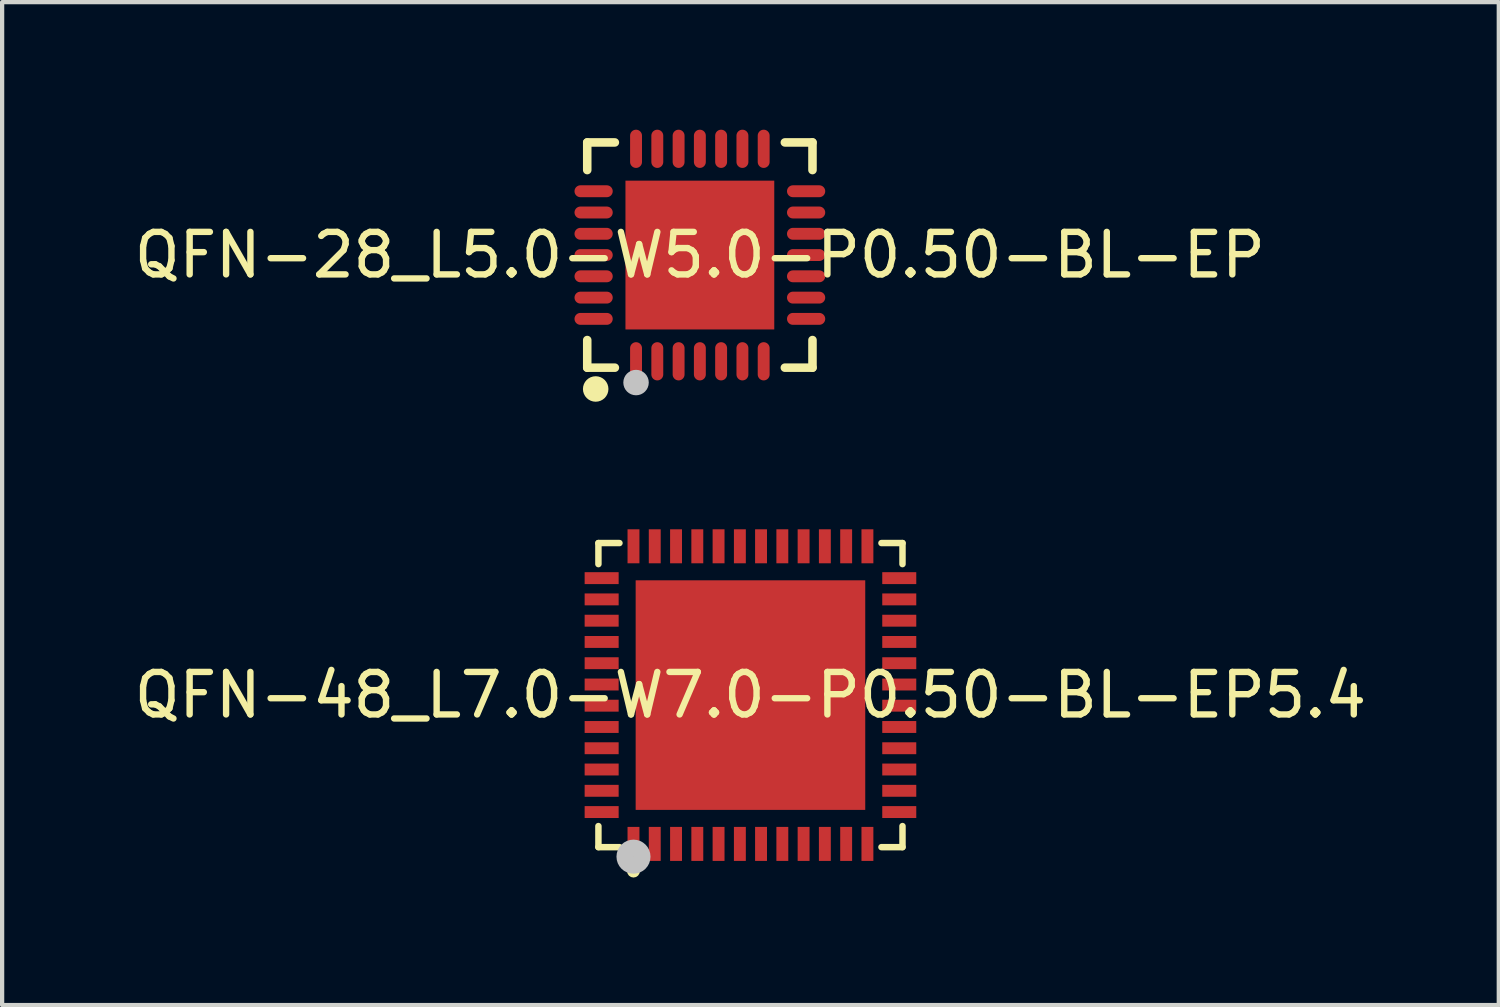
<source format=kicad_pcb>
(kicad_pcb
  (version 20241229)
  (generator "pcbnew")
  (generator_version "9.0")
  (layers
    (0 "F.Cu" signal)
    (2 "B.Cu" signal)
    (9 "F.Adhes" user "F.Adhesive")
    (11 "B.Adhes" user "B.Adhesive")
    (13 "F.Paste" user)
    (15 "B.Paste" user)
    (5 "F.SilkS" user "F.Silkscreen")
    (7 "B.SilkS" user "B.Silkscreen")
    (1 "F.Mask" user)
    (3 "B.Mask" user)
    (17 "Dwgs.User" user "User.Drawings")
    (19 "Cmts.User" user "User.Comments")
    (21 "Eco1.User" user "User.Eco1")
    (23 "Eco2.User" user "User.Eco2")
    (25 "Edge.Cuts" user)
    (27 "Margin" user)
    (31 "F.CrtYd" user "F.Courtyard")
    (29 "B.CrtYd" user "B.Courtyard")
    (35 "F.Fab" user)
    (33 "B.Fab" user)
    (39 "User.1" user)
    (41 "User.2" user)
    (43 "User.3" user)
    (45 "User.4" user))
  (footprint "QFN-28_L5.0-W5.0-P0.50-BL-EP"
    (layer "F.Cu")
    (at 13.411 2.949)
    (property "Reference" "QFN-28_L5.0-W5.0-P0.50-BL-EP" (at 0 0 0) (layer "F.SilkS") (effects (font (size 1 1) (thickness 0.15))))
    (fp_line (start -2.649 -2.649) (end -2.649 -1.999) (stroke (width 0.201) (type default)) (layer "F.SilkS"))
    (fp_line (start -2.649 2.649) (end -2.649 1.999) (stroke (width 0.201) (type default)) (layer "F.SilkS"))
    (fp_line (start -1.999 -2.649) (end -2.649 -2.649) (stroke (width 0.201) (type default)) (layer "F.SilkS"))
    (fp_line (start -1.999 2.649) (end -2.649 2.649) (stroke (width 0.201) (type default)) (layer "F.SilkS"))
    (fp_line (start 1.999 2.649) (end 2.649 2.649) (stroke (width 0.201) (type default)) (layer "F.SilkS"))
    (fp_line (start 2.649 -2.649) (end 1.999 -2.649) (stroke (width 0.201) (type default)) (layer "F.SilkS"))
    (fp_line (start 2.649 -1.999) (end 2.649 -2.649) (stroke (width 0.201) (type default)) (layer "F.SilkS"))
    (fp_line (start 2.649 2.649) (end 2.649 1.999) (stroke (width 0.201) (type default)) (layer "F.SilkS"))
    (fp_arc (start -2.449 3) (mid -2.44975 3.300003) (end -2.4515 3) (stroke (width 0.2995) (type default)) (layer "F.SilkS"))
    (fp_circle (center -1.501 2.999) (end -1.351 2.999) (stroke (width 0.299) (type default)) (fill no) (layer "Dwgs.User"))
    (fp_poly (pts (xy -2.1 -1.625) (xy -2.1 -1.377) (xy -2.499 -1.377) (xy -2.499 -1.625)) (stroke (width 0.1) (type default)) (fill no) (layer "User.1"))
    (fp_poly (pts (xy -2.1 -1.125) (xy -2.1 -0.876) (xy -2.499 -0.876) (xy -2.499 -1.125)) (stroke (width 0.1) (type default)) (fill no) (layer "User.1"))
    (fp_poly (pts (xy -2.1 -0.625) (xy -2.1 -0.376) (xy -2.499 -0.376) (xy -2.499 -0.625)) (stroke (width 0.1) (type default)) (fill no) (layer "User.1"))
    (fp_poly (pts (xy -2.1 -0.124) (xy -2.1 0.124) (xy -2.499 0.124) (xy -2.499 -0.124)) (stroke (width 0.1) (type default)) (fill no) (layer "User.1"))
    (fp_poly (pts (xy -2.1 0.376) (xy -2.1 0.625) (xy -2.499 0.625) (xy -2.499 0.376)) (stroke (width 0.1) (type default)) (fill no) (layer "User.1"))
    (fp_poly (pts (xy -2.1 0.876) (xy -2.1 1.125) (xy -2.499 1.125) (xy -2.499 0.876)) (stroke (width 0.1) (type default)) (fill no) (layer "User.1"))
    (fp_poly (pts (xy -2.1 1.377) (xy -2.1 1.625) (xy -2.499 1.625) (xy -2.499 1.377)) (stroke (width 0.1) (type default)) (fill no) (layer "User.1"))
    (fp_poly (pts (xy -1.75 1.75) (xy -1.75 -1.75) (xy 1.75 -1.75) (xy 1.75 1.75)) (stroke (width 0.1) (type default)) (fill no) (layer "User.1"))
    (fp_poly (pts (xy -1.377 -2.1) (xy -1.625 -2.1) (xy -1.625 -2.499) (xy -1.377 -2.499)) (stroke (width 0.1) (type default)) (fill no) (layer "User.1"))
    (fp_poly (pts (xy -1.377 2.499) (xy -1.625 2.499) (xy -1.625 2.1) (xy -1.377 2.1)) (stroke (width 0.1) (type default)) (fill no) (layer "User.1"))
    (fp_poly (pts (xy -0.876 -2.1) (xy -1.125 -2.1) (xy -1.125 -2.499) (xy -0.876 -2.499)) (stroke (width 0.1) (type default)) (fill no) (layer "User.1"))
    (fp_poly (pts (xy -0.876 2.499) (xy -1.125 2.499) (xy -1.125 2.1) (xy -0.876 2.1)) (stroke (width 0.1) (type default)) (fill no) (layer "User.1"))
    (fp_poly (pts (xy -0.376 -2.1) (xy -0.625 -2.1) (xy -0.625 -2.499) (xy -0.376 -2.499)) (stroke (width 0.1) (type default)) (fill no) (layer "User.1"))
    (fp_poly (pts (xy -0.376 2.499) (xy -0.625 2.499) (xy -0.625 2.1) (xy -0.376 2.1)) (stroke (width 0.1) (type default)) (fill no) (layer "User.1"))
    (fp_poly (pts (xy 0.124 -2.1) (xy -0.124 -2.1) (xy -0.124 -2.499) (xy 0.124 -2.499)) (stroke (width 0.1) (type default)) (fill no) (layer "User.1"))
    (fp_poly (pts (xy 0.124 2.499) (xy -0.124 2.499) (xy -0.124 2.1) (xy 0.124 2.1)) (stroke (width 0.1) (type default)) (fill no) (layer "User.1"))
    (fp_poly (pts (xy 0.625 -2.1) (xy 0.376 -2.1) (xy 0.376 -2.499) (xy 0.625 -2.499)) (stroke (width 0.1) (type default)) (fill no) (layer "User.1"))
    (fp_poly (pts (xy 0.625 2.499) (xy 0.376 2.499) (xy 0.376 2.1) (xy 0.625 2.1)) (stroke (width 0.1) (type default)) (fill no) (layer "User.1"))
    (fp_poly (pts (xy 1.125 -2.1) (xy 0.876 -2.1) (xy 0.876 -2.499) (xy 1.125 -2.499)) (stroke (width 0.1) (type default)) (fill no) (layer "User.1"))
    (fp_poly (pts (xy 1.125 2.499) (xy 0.876 2.499) (xy 0.876 2.1) (xy 1.125 2.1)) (stroke (width 0.1) (type default)) (fill no) (layer "User.1"))
    (fp_poly (pts (xy 1.625 -2.1) (xy 1.377 -2.1) (xy 1.377 -2.499) (xy 1.625 -2.499)) (stroke (width 0.1) (type default)) (fill no) (layer "User.1"))
    (fp_poly (pts (xy 1.625 2.499) (xy 1.377 2.499) (xy 1.377 2.1) (xy 1.625 2.1)) (stroke (width 0.1) (type default)) (fill no) (layer "User.1"))
    (fp_poly (pts (xy 2.499 -1.625) (xy 2.499 -1.377) (xy 2.1 -1.377) (xy 2.1 -1.625)) (stroke (width 0.1) (type default)) (fill no) (layer "User.1"))
    (fp_poly (pts (xy 2.499 -1.125) (xy 2.499 -0.876) (xy 2.1 -0.876) (xy 2.1 -1.125)) (stroke (width 0.1) (type default)) (fill no) (layer "User.1"))
    (fp_poly (pts (xy 2.499 -0.625) (xy 2.499 -0.376) (xy 2.1 -0.376) (xy 2.1 -0.625)) (stroke (width 0.1) (type default)) (fill no) (layer "User.1"))
    (fp_poly (pts (xy 2.499 -0.124) (xy 2.499 0.124) (xy 2.1 0.124) (xy 2.1 -0.124)) (stroke (width 0.1) (type default)) (fill no) (layer "User.1"))
    (fp_poly (pts (xy 2.499 0.376) (xy 2.499 0.625) (xy 2.1 0.625) (xy 2.1 0.376)) (stroke (width 0.1) (type default)) (fill no) (layer "User.1"))
    (fp_poly (pts (xy 2.499 0.876) (xy 2.499 1.125) (xy 2.1 1.125) (xy 2.1 0.876)) (stroke (width 0.1) (type default)) (fill no) (layer "User.1"))
    (fp_poly (pts (xy 2.499 1.377) (xy 2.499 1.625) (xy 2.1 1.625) (xy 2.1 1.377)) (stroke (width 0.1) (type default)) (fill no) (layer "User.1"))
    (fp_line (start -2.499 -2.499) (end 2.499 -2.499) (stroke (width 0.051) (type default)) (layer "User.2"))
    (fp_line (start -2.499 2.499) (end -2.499 -2.499) (stroke (width 0.051) (type default)) (layer "User.2"))
    (fp_line (start 2.499 -2.499) (end 2.499 2.499) (stroke (width 0.051) (type default)) (layer "User.2"))
    (fp_line (start 2.499 2.499) (end -2.499 2.499) (stroke (width 0.051) (type default)) (layer "User.2"))
    (fp_poly (pts (xy -2.443 2.476) (xy -2.476 2.443) (xy -2.523 2.443) (xy -2.556 2.476) (xy -2.556 2.523) (xy -2.523 2.556) (xy -2.476 2.556) (xy -2.443 2.523)) (stroke (width 0.1) (type default)) (fill no) (layer "User.3"))
    (pad "1" smd oval (at -1.501 2.499 180) (size 0.28 0.899) (layers "F.Cu" "F.Mask" "F.Paste"))
    (pad "2" smd oval (at -1.001 2.499 180) (size 0.28 0.899) (layers "F.Cu" "F.Mask" "F.Paste"))
    (pad "3" smd oval (at -0.5 2.499 180) (size 0.28 0.899) (layers "F.Cu" "F.Mask" "F.Paste"))
    (pad "4" smd oval (at 0 2.499 180) (size 0.28 0.899) (layers "F.Cu" "F.Mask" "F.Paste"))
    (pad "5" smd oval (at 0.5 2.499 180) (size 0.28 0.899) (layers "F.Cu" "F.Mask" "F.Paste"))
    (pad "6" smd oval (at 1.001 2.499 180) (size 0.28 0.899) (layers "F.Cu" "F.Mask" "F.Paste"))
    (pad "7" smd oval (at 1.501 2.499 180) (size 0.28 0.899) (layers "F.Cu" "F.Mask" "F.Paste"))
    (pad "8" smd oval (at 2.499 1.501 90) (size 0.28 0.899) (layers "F.Cu" "F.Mask" "F.Paste"))
    (pad "9" smd oval (at 2.499 1.001 90) (size 0.28 0.899) (layers "F.Cu" "F.Mask" "F.Paste"))
    (pad "10" smd oval (at 2.499 0.5 90) (size 0.28 0.899) (layers "F.Cu" "F.Mask" "F.Paste"))
    (pad "11" smd oval (at 2.499 0 90) (size 0.28 0.899) (layers "F.Cu" "F.Mask" "F.Paste"))
    (pad "12" smd oval (at 2.499 -0.5 90) (size 0.28 0.899) (layers "F.Cu" "F.Mask" "F.Paste"))
    (pad "13" smd oval (at 2.499 -1.001 90) (size 0.28 0.899) (layers "F.Cu" "F.Mask" "F.Paste"))
    (pad "14" smd oval (at 2.499 -1.501 90) (size 0.28 0.899) (layers "F.Cu" "F.Mask" "F.Paste"))
    (pad "15" smd oval (at 1.501 -2.499 180) (size 0.28 0.899) (layers "F.Cu" "F.Mask" "F.Paste"))
    (pad "16" smd oval (at 1.001 -2.499 180) (size 0.28 0.899) (layers "F.Cu" "F.Mask" "F.Paste"))
    (pad "17" smd oval (at 0.5 -2.499 180) (size 0.28 0.899) (layers "F.Cu" "F.Mask" "F.Paste"))
    (pad "18" smd oval (at 0 -2.499 180) (size 0.28 0.899) (layers "F.Cu" "F.Mask" "F.Paste"))
    (pad "19" smd oval (at -0.5 -2.499 180) (size 0.28 0.899) (layers "F.Cu" "F.Mask" "F.Paste"))
    (pad "20" smd oval (at -1.001 -2.499 180) (size 0.28 0.899) (layers "F.Cu" "F.Mask" "F.Paste"))
    (pad "21" smd oval (at -1.501 -2.499 180) (size 0.28 0.899) (layers "F.Cu" "F.Mask" "F.Paste"))
    (pad "22" smd oval (at -2.499 -1.501 90) (size 0.28 0.899) (layers "F.Cu" "F.Mask" "F.Paste"))
    (pad "23" smd oval (at -2.499 -1.001 90) (size 0.28 0.899) (layers "F.Cu" "F.Mask" "F.Paste"))
    (pad "24" smd oval (at -2.499 -0.5 90) (size 0.28 0.899) (layers "F.Cu" "F.Mask" "F.Paste"))
    (pad "25" smd oval (at -2.499 0 90) (size 0.28 0.899) (layers "F.Cu" "F.Mask" "F.Paste"))
    (pad "26" smd oval (at -2.499 0.5 90) (size 0.28 0.899) (layers "F.Cu" "F.Mask" "F.Paste"))
    (pad "27" smd oval (at -2.499 1.001 90) (size 0.28 0.899) (layers "F.Cu" "F.Mask" "F.Paste"))
    (pad "28" smd oval (at -2.499 1.501 90) (size 0.28 0.899) (layers "F.Cu" "F.Mask" "F.Paste"))
    (pad "29" smd rect (at 0 0 90) (size 3.5 3.5) (layers "F.Cu" "F.Mask" "F.Paste")))
  (footprint "QFN-48_L7.0-W7.0-P0.50-BL-EP5.4"
    (layer "F.Cu")
    (at 14.601 13.299)
    (property "Reference" "QFN-48_L7.0-W7.0-P0.50-BL-EP5.4" (at 0 0 0) (layer "F.SilkS") (effects (font (size 1 1) (thickness 0.15))))
    (fp_line (start -3.576 -3.576) (end -3.081 -3.576) (stroke (width 0.152) (type default)) (layer "F.SilkS"))
    (fp_line (start -3.576 -3.081) (end -3.576 -3.576) (stroke (width 0.152) (type default)) (layer "F.SilkS"))
    (fp_line (start -3.576 3.081) (end -3.576 3.576) (stroke (width 0.152) (type default)) (layer "F.SilkS"))
    (fp_line (start -3.576 3.576) (end -3.081 3.576) (stroke (width 0.152) (type default)) (layer "F.SilkS"))
    (fp_line (start 3.576 -3.576) (end 3.081 -3.576) (stroke (width 0.152) (type default)) (layer "F.SilkS"))
    (fp_line (start 3.576 -3.081) (end 3.576 -3.576) (stroke (width 0.152) (type default)) (layer "F.SilkS"))
    (fp_line (start 3.576 3.081) (end 3.576 3.576) (stroke (width 0.152) (type default)) (layer "F.SilkS"))
    (fp_line (start 3.576 3.576) (end 3.081 3.576) (stroke (width 0.152) (type default)) (layer "F.SilkS"))
    (fp_circle (center -2.751 4.14) (end -2.675 4.14) (stroke (width 0.15) (type default)) (fill no) (layer "F.SilkS"))
    (fp_circle (center -2.751 3.8) (end -2.55 3.8) (stroke (width 0.399) (type default)) (fill no) (layer "Dwgs.User"))
    (fp_poly (pts (xy -3.099 -2.629) (xy -3.099 -2.87) (xy -3.5 -2.87) (xy -3.5 -2.629)) (stroke (width 0.1) (type default)) (fill no) (layer "User.1"))
    (fp_poly (pts (xy -3.099 -2.131) (xy -3.099 -2.37) (xy -3.5 -2.37) (xy -3.5 -2.131)) (stroke (width 0.1) (type default)) (fill no) (layer "User.1"))
    (fp_poly (pts (xy -3.099 -1.631) (xy -3.099 -1.869) (xy -3.5 -1.869) (xy -3.5 -1.631)) (stroke (width 0.1) (type default)) (fill no) (layer "User.1"))
    (fp_poly (pts (xy -3.099 -1.131) (xy -3.099 -1.369) (xy -3.5 -1.369) (xy -3.5 -1.131)) (stroke (width 0.1) (type default)) (fill no) (layer "User.1"))
    (fp_poly (pts (xy -3.099 -0.63) (xy -3.099 -0.871) (xy -3.5 -0.871) (xy -3.5 -0.63)) (stroke (width 0.1) (type default)) (fill no) (layer "User.1"))
    (fp_poly (pts (xy -3.099 -0.13) (xy -3.099 -0.371) (xy -3.5 -0.371) (xy -3.5 -0.13)) (stroke (width 0.1) (type default)) (fill no) (layer "User.1"))
    (fp_poly (pts (xy -3.099 0.371) (xy -3.099 0.13) (xy -3.5 0.13) (xy -3.5 0.371)) (stroke (width 0.1) (type default)) (fill no) (layer "User.1"))
    (fp_poly (pts (xy -3.099 0.871) (xy -3.099 0.63) (xy -3.5 0.63) (xy -3.5 0.871)) (stroke (width 0.1) (type default)) (fill no) (layer "User.1"))
    (fp_poly (pts (xy -3.099 1.369) (xy -3.099 1.131) (xy -3.5 1.131) (xy -3.5 1.369)) (stroke (width 0.1) (type default)) (fill no) (layer "User.1"))
    (fp_poly (pts (xy -3.099 1.869) (xy -3.099 1.631) (xy -3.5 1.631) (xy -3.5 1.869)) (stroke (width 0.1) (type default)) (fill no) (layer "User.1"))
    (fp_poly (pts (xy -3.099 2.37) (xy -3.099 2.131) (xy -3.5 2.131) (xy -3.5 2.37)) (stroke (width 0.1) (type default)) (fill no) (layer "User.1"))
    (fp_poly (pts (xy -3.099 2.87) (xy -3.099 2.629) (xy -3.5 2.629) (xy -3.5 2.87)) (stroke (width 0.1) (type default)) (fill no) (layer "User.1"))
    (fp_poly (pts (xy -2.87 -3.5) (xy -2.87 -3.099) (xy -2.629 -3.099) (xy -2.629 -3.5)) (stroke (width 0.1) (type default)) (fill no) (layer "User.1"))
    (fp_poly (pts (xy -2.87 3.5) (xy -2.87 3.099) (xy -2.629 3.099) (xy -2.629 3.5)) (stroke (width 0.1) (type default)) (fill no) (layer "User.1"))
    (fp_poly (pts (xy -2.7 2.7) (xy -2.7 -2.7) (xy 2.7 -2.7) (xy 2.7 2.7)) (stroke (width 0.1) (type default)) (fill no) (layer "User.1"))
    (fp_poly (pts (xy -2.37 -3.5) (xy -2.37 -3.099) (xy -2.131 -3.099) (xy -2.131 -3.5)) (stroke (width 0.1) (type default)) (fill no) (layer "User.1"))
    (fp_poly (pts (xy -2.37 3.5) (xy -2.37 3.099) (xy -2.131 3.099) (xy -2.131 3.5)) (stroke (width 0.1) (type default)) (fill no) (layer "User.1"))
    (fp_poly (pts (xy -1.869 -3.5) (xy -1.869 -3.099) (xy -1.631 -3.099) (xy -1.631 -3.5)) (stroke (width 0.1) (type default)) (fill no) (layer "User.1"))
    (fp_poly (pts (xy -1.869 3.5) (xy -1.869 3.099) (xy -1.631 3.099) (xy -1.631 3.5)) (stroke (width 0.1) (type default)) (fill no) (layer "User.1"))
    (fp_poly (pts (xy -1.369 -3.5) (xy -1.369 -3.099) (xy -1.131 -3.099) (xy -1.131 -3.5)) (stroke (width 0.1) (type default)) (fill no) (layer "User.1"))
    (fp_poly (pts (xy -1.369 3.5) (xy -1.369 3.099) (xy -1.131 3.099) (xy -1.131 3.5)) (stroke (width 0.1) (type default)) (fill no) (layer "User.1"))
    (fp_poly (pts (xy -0.871 -3.5) (xy -0.871 -3.099) (xy -0.63 -3.099) (xy -0.63 -3.5)) (stroke (width 0.1) (type default)) (fill no) (layer "User.1"))
    (fp_poly (pts (xy -0.871 3.5) (xy -0.871 3.099) (xy -0.63 3.099) (xy -0.63 3.5)) (stroke (width 0.1) (type default)) (fill no) (layer "User.1"))
    (fp_poly (pts (xy -0.371 -3.5) (xy -0.371 -3.099) (xy -0.13 -3.099) (xy -0.13 -3.5)) (stroke (width 0.1) (type default)) (fill no) (layer "User.1"))
    (fp_poly (pts (xy -0.371 3.5) (xy -0.371 3.099) (xy -0.13 3.099) (xy -0.13 3.5)) (stroke (width 0.1) (type default)) (fill no) (layer "User.1"))
    (fp_poly (pts (xy 0.13 -3.5) (xy 0.13 -3.099) (xy 0.371 -3.099) (xy 0.371 -3.5)) (stroke (width 0.1) (type default)) (fill no) (layer "User.1"))
    (fp_poly (pts (xy 0.13 3.5) (xy 0.13 3.099) (xy 0.371 3.099) (xy 0.371 3.5)) (stroke (width 0.1) (type default)) (fill no) (layer "User.1"))
    (fp_poly (pts (xy 0.63 -3.5) (xy 0.63 -3.099) (xy 0.871 -3.099) (xy 0.871 -3.5)) (stroke (width 0.1) (type default)) (fill no) (layer "User.1"))
    (fp_poly (pts (xy 0.63 3.5) (xy 0.63 3.099) (xy 0.871 3.099) (xy 0.871 3.5)) (stroke (width 0.1) (type default)) (fill no) (layer "User.1"))
    (fp_poly (pts (xy 1.131 -3.5) (xy 1.131 -3.099) (xy 1.369 -3.099) (xy 1.369 -3.5)) (stroke (width 0.1) (type default)) (fill no) (layer "User.1"))
    (fp_poly (pts (xy 1.131 3.5) (xy 1.131 3.099) (xy 1.369 3.099) (xy 1.369 3.5)) (stroke (width 0.1) (type default)) (fill no) (layer "User.1"))
    (fp_poly (pts (xy 1.631 -3.5) (xy 1.631 -3.099) (xy 1.869 -3.099) (xy 1.869 -3.5)) (stroke (width 0.1) (type default)) (fill no) (layer "User.1"))
    (fp_poly (pts (xy 1.631 3.5) (xy 1.631 3.099) (xy 1.869 3.099) (xy 1.869 3.5)) (stroke (width 0.1) (type default)) (fill no) (layer "User.1"))
    (fp_poly (pts (xy 2.131 -3.5) (xy 2.131 -3.099) (xy 2.37 -3.099) (xy 2.37 -3.5)) (stroke (width 0.1) (type default)) (fill no) (layer "User.1"))
    (fp_poly (pts (xy 2.131 3.5) (xy 2.131 3.099) (xy 2.37 3.099) (xy 2.37 3.5)) (stroke (width 0.1) (type default)) (fill no) (layer "User.1"))
    (fp_poly (pts (xy 2.629 -3.5) (xy 2.629 -3.099) (xy 2.87 -3.099) (xy 2.87 -3.5)) (stroke (width 0.1) (type default)) (fill no) (layer "User.1"))
    (fp_poly (pts (xy 2.629 3.5) (xy 2.629 3.099) (xy 2.87 3.099) (xy 2.87 3.5)) (stroke (width 0.1) (type default)) (fill no) (layer "User.1"))
    (fp_poly (pts (xy 3.099 -2.629) (xy 3.099 -2.87) (xy 3.5 -2.87) (xy 3.5 -2.629)) (stroke (width 0.1) (type default)) (fill no) (layer "User.1"))
    (fp_poly (pts (xy 3.099 -2.131) (xy 3.099 -2.37) (xy 3.5 -2.37) (xy 3.5 -2.131)) (stroke (width 0.1) (type default)) (fill no) (layer "User.1"))
    (fp_poly (pts (xy 3.099 -1.631) (xy 3.099 -1.869) (xy 3.5 -1.869) (xy 3.5 -1.631)) (stroke (width 0.1) (type default)) (fill no) (layer "User.1"))
    (fp_poly (pts (xy 3.099 -1.131) (xy 3.099 -1.369) (xy 3.5 -1.369) (xy 3.5 -1.131)) (stroke (width 0.1) (type default)) (fill no) (layer "User.1"))
    (fp_poly (pts (xy 3.099 -0.63) (xy 3.099 -0.871) (xy 3.5 -0.871) (xy 3.5 -0.63)) (stroke (width 0.1) (type default)) (fill no) (layer "User.1"))
    (fp_poly (pts (xy 3.099 -0.13) (xy 3.099 -0.371) (xy 3.5 -0.371) (xy 3.5 -0.13)) (stroke (width 0.1) (type default)) (fill no) (layer "User.1"))
    (fp_poly (pts (xy 3.099 0.371) (xy 3.099 0.13) (xy 3.5 0.13) (xy 3.5 0.371)) (stroke (width 0.1) (type default)) (fill no) (layer "User.1"))
    (fp_poly (pts (xy 3.099 0.871) (xy 3.099 0.63) (xy 3.5 0.63) (xy 3.5 0.871)) (stroke (width 0.1) (type default)) (fill no) (layer "User.1"))
    (fp_poly (pts (xy 3.099 1.369) (xy 3.099 1.131) (xy 3.5 1.131) (xy 3.5 1.369)) (stroke (width 0.1) (type default)) (fill no) (layer "User.1"))
    (fp_poly (pts (xy 3.099 1.869) (xy 3.099 1.631) (xy 3.5 1.631) (xy 3.5 1.869)) (stroke (width 0.1) (type default)) (fill no) (layer "User.1"))
    (fp_poly (pts (xy 3.099 2.37) (xy 3.099 2.131) (xy 3.5 2.131) (xy 3.5 2.37)) (stroke (width 0.1) (type default)) (fill no) (layer "User.1"))
    (fp_poly (pts (xy 3.099 2.87) (xy 3.099 2.629) (xy 3.5 2.629) (xy 3.5 2.87)) (stroke (width 0.1) (type default)) (fill no) (layer "User.1"))
    (fp_line (start -3.5 -3.5) (end 3.5 -3.5) (stroke (width 0.051) (type default)) (layer "User.2"))
    (fp_line (start -3.5 3.5) (end -3.5 -3.5) (stroke (width 0.051) (type default)) (layer "User.2"))
    (fp_line (start 3.5 -3.5) (end 3.5 3.5) (stroke (width 0.051) (type default)) (layer "User.2"))
    (fp_line (start 3.5 3.5) (end -3.5 3.5) (stroke (width 0.051) (type default)) (layer "User.2"))
    (fp_poly (pts (xy -3.444 3.477) (xy -3.477 3.444) (xy -3.523 3.444) (xy -3.556 3.477) (xy -3.556 3.523) (xy -3.523 3.556) (xy -3.477 3.556) (xy -3.444 3.523)) (stroke (width 0.1) (type default)) (fill no) (layer "User.3"))
    (pad "1" smd rect (at -2.751 3.5) (size 0.28 0.8) (layers "F.Cu" "F.Mask" "F.Paste"))
    (pad "2" smd rect (at -2.251 3.5) (size 0.28 0.8) (layers "F.Cu" "F.Mask" "F.Paste"))
    (pad "3" smd rect (at -1.75 3.5) (size 0.28 0.8) (layers "F.Cu" "F.Mask" "F.Paste"))
    (pad "4" smd rect (at -1.25 3.5) (size 0.28 0.8) (layers "F.Cu" "F.Mask" "F.Paste"))
    (pad "5" smd rect (at -0.75 3.5) (size 0.28 0.8) (layers "F.Cu" "F.Mask" "F.Paste"))
    (pad "6" smd rect (at -0.249 3.5) (size 0.28 0.8) (layers "F.Cu" "F.Mask" "F.Paste"))
    (pad "7" smd rect (at 0.249 3.5) (size 0.28 0.8) (layers "F.Cu" "F.Mask" "F.Paste"))
    (pad "8" smd rect (at 0.75 3.5) (size 0.28 0.8) (layers "F.Cu" "F.Mask" "F.Paste"))
    (pad "9" smd rect (at 1.25 3.5) (size 0.28 0.8) (layers "F.Cu" "F.Mask" "F.Paste"))
    (pad "10" smd rect (at 1.75 3.5) (size 0.28 0.8) (layers "F.Cu" "F.Mask" "F.Paste"))
    (pad "11" smd rect (at 2.251 3.5) (size 0.28 0.8) (layers "F.Cu" "F.Mask" "F.Paste"))
    (pad "12" smd rect (at 2.751 3.5) (size 0.28 0.8) (layers "F.Cu" "F.Mask" "F.Paste"))
    (pad "13" smd rect (at 3.5 2.751) (size 0.8 0.28) (layers "F.Cu" "F.Mask" "F.Paste"))
    (pad "14" smd rect (at 3.5 2.251) (size 0.8 0.28) (layers "F.Cu" "F.Mask" "F.Paste"))
    (pad "15" smd rect (at 3.5 1.75) (size 0.8 0.28) (layers "F.Cu" "F.Mask" "F.Paste"))
    (pad "16" smd rect (at 3.5 1.25) (size 0.8 0.28) (layers "F.Cu" "F.Mask" "F.Paste"))
    (pad "17" smd rect (at 3.5 0.75) (size 0.8 0.28) (layers "F.Cu" "F.Mask" "F.Paste"))
    (pad "18" smd rect (at 3.5 0.249) (size 0.8 0.28) (layers "F.Cu" "F.Mask" "F.Paste"))
    (pad "19" smd rect (at 3.5 -0.249) (size 0.8 0.28) (layers "F.Cu" "F.Mask" "F.Paste"))
    (pad "20" smd rect (at 3.5 -0.75) (size 0.8 0.28) (layers "F.Cu" "F.Mask" "F.Paste"))
    (pad "21" smd rect (at 3.5 -1.25) (size 0.8 0.28) (layers "F.Cu" "F.Mask" "F.Paste"))
    (pad "22" smd rect (at 3.5 -1.75) (size 0.8 0.28) (layers "F.Cu" "F.Mask" "F.Paste"))
    (pad "23" smd rect (at 3.5 -2.251) (size 0.8 0.28) (layers "F.Cu" "F.Mask" "F.Paste"))
    (pad "24" smd rect (at 3.5 -2.751) (size 0.8 0.28) (layers "F.Cu" "F.Mask" "F.Paste"))
    (pad "25" smd rect (at 2.751 -3.5) (size 0.28 0.8) (layers "F.Cu" "F.Mask" "F.Paste"))
    (pad "26" smd rect (at 2.251 -3.5) (size 0.28 0.8) (layers "F.Cu" "F.Mask" "F.Paste"))
    (pad "27" smd rect (at 1.75 -3.5) (size 0.28 0.8) (layers "F.Cu" "F.Mask" "F.Paste"))
    (pad "28" smd rect (at 1.25 -3.5) (size 0.28 0.8) (layers "F.Cu" "F.Mask" "F.Paste"))
    (pad "29" smd rect (at 0.75 -3.5) (size 0.28 0.8) (layers "F.Cu" "F.Mask" "F.Paste"))
    (pad "30" smd rect (at 0.249 -3.5) (size 0.28 0.8) (layers "F.Cu" "F.Mask" "F.Paste"))
    (pad "31" smd rect (at -0.249 -3.5) (size 0.28 0.8) (layers "F.Cu" "F.Mask" "F.Paste"))
    (pad "32" smd rect (at -0.75 -3.5) (size 0.28 0.8) (layers "F.Cu" "F.Mask" "F.Paste"))
    (pad "33" smd rect (at -1.25 -3.5) (size 0.28 0.8) (layers "F.Cu" "F.Mask" "F.Paste"))
    (pad "34" smd rect (at -1.75 -3.5) (size 0.28 0.8) (layers "F.Cu" "F.Mask" "F.Paste"))
    (pad "35" smd rect (at -2.251 -3.5) (size 0.28 0.8) (layers "F.Cu" "F.Mask" "F.Paste"))
    (pad "36" smd rect (at -2.751 -3.5) (size 0.28 0.8) (layers "F.Cu" "F.Mask" "F.Paste"))
    (pad "37" smd rect (at -3.5 -2.751) (size 0.8 0.28) (layers "F.Cu" "F.Mask" "F.Paste"))
    (pad "38" smd rect (at -3.5 -2.251) (size 0.8 0.28) (layers "F.Cu" "F.Mask" "F.Paste"))
    (pad "39" smd rect (at -3.5 -1.75) (size 0.8 0.28) (layers "F.Cu" "F.Mask" "F.Paste"))
    (pad "40" smd rect (at -3.5 -1.25) (size 0.8 0.28) (layers "F.Cu" "F.Mask" "F.Paste"))
    (pad "41" smd rect (at -3.5 -0.75) (size 0.8 0.28) (layers "F.Cu" "F.Mask" "F.Paste"))
    (pad "42" smd rect (at -3.5 -0.249) (size 0.8 0.28) (layers "F.Cu" "F.Mask" "F.Paste"))
    (pad "43" smd rect (at -3.5 0.249) (size 0.8 0.28) (layers "F.Cu" "F.Mask" "F.Paste"))
    (pad "44" smd rect (at -3.5 0.75) (size 0.8 0.28) (layers "F.Cu" "F.Mask" "F.Paste"))
    (pad "45" smd rect (at -3.5 1.25) (size 0.8 0.28) (layers "F.Cu" "F.Mask" "F.Paste"))
    (pad "46" smd rect (at -3.5 1.75) (size 0.8 0.28) (layers "F.Cu" "F.Mask" "F.Paste"))
    (pad "47" smd rect (at -3.5 2.251) (size 0.8 0.28) (layers "F.Cu" "F.Mask" "F.Paste"))
    (pad "48" smd rect (at -3.5 2.751) (size 0.8 0.28) (layers "F.Cu" "F.Mask" "F.Paste"))
    (pad "49" smd rect (at 0 0) (size 5.4 5.4) (layers "F.Cu" "F.Mask" "F.Paste")))
  (gr_rect
    (start -3 -3)
    (end 32.202 20.59)
    (stroke (width 0.1) (type default))
    (fill no)
    (layer "Edge.Cuts")))
</source>
